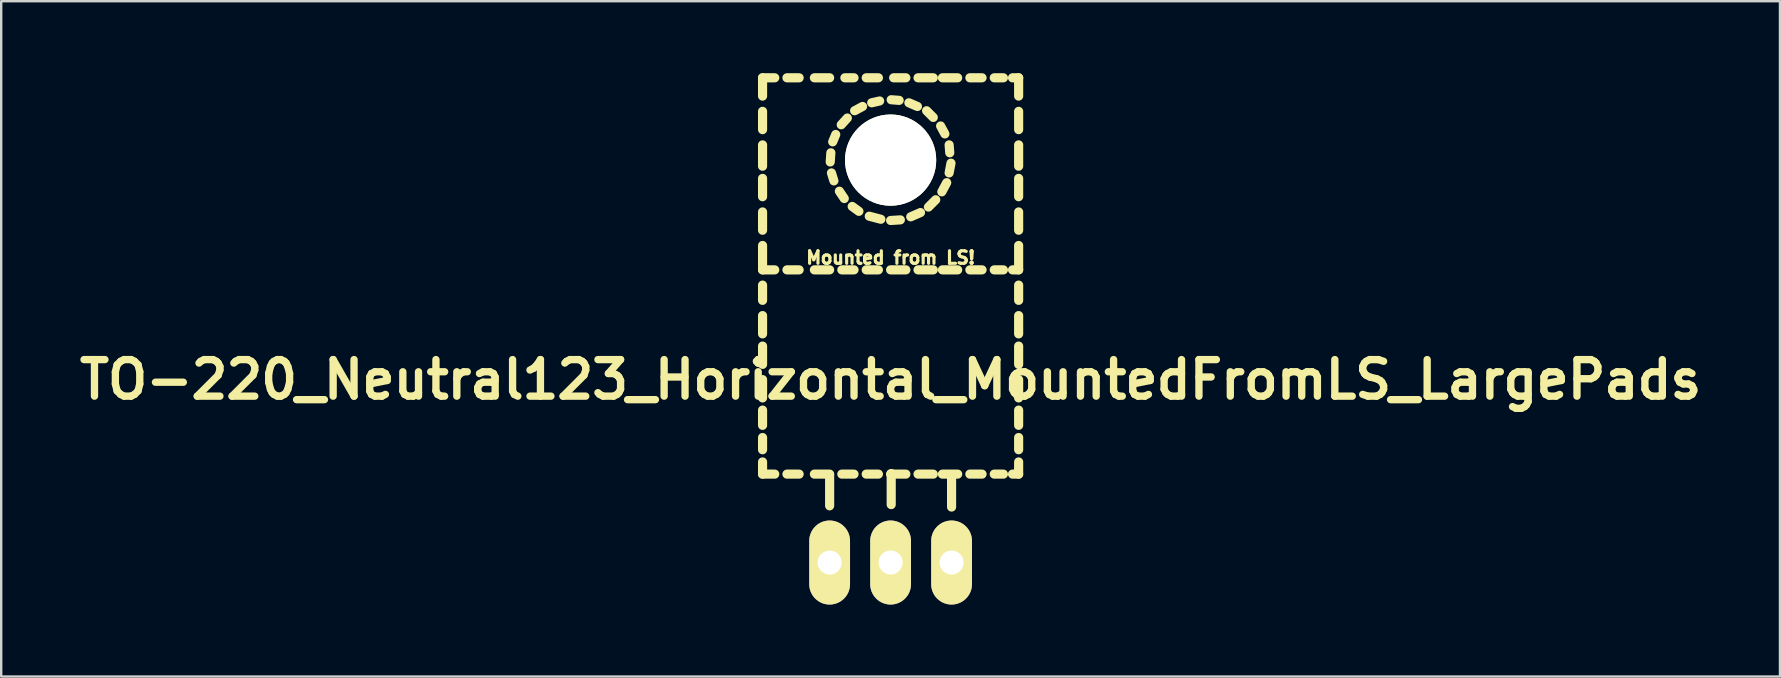
<source format=kicad_pcb>
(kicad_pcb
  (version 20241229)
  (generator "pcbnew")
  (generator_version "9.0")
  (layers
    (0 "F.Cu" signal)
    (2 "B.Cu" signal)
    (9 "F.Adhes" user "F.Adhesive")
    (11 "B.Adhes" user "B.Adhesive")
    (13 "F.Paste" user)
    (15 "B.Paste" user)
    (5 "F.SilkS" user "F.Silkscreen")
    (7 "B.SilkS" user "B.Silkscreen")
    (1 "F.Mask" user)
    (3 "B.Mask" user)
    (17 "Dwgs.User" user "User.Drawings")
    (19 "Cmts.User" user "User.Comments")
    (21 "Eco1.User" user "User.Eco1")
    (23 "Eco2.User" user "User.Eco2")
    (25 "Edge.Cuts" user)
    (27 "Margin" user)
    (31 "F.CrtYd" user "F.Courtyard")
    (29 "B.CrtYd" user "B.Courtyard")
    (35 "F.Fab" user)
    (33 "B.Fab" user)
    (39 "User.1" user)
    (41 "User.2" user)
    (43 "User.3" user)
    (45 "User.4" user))
  (footprint "TO-220_Neutral123_Horizontal_MountedFromLS_LargePads"
    (layer "F.Cu")
    (at 34.051 20.384)
    (property "Reference" "TO-220_Neutral123_Horizontal_MountedFromLS_LargePads" (at 0 -7.62 0) (layer "F.SilkS") (effects (font (size 1.524 1.524) (thickness 0.305))))
    (attr through_hole)
    (fp_line (start -5.334 -20.193) (end -5.334 -19.431) (stroke (width 0.381) (type solid)) (layer "F.SilkS"))
    (fp_line (start -5.334 -20.193) (end -4.826 -20.193) (stroke (width 0.381) (type solid)) (layer "F.SilkS"))
    (fp_line (start -5.334 -18.796) (end -5.334 -18.034) (stroke (width 0.381) (type solid)) (layer "F.SilkS"))
    (fp_line (start -5.334 -17.399) (end -5.334 -16.51) (stroke (width 0.381) (type solid)) (layer "F.SilkS"))
    (fp_line (start -5.334 -16.002) (end -5.334 -15.24) (stroke (width 0.381) (type solid)) (layer "F.SilkS"))
    (fp_line (start -5.334 -14.605) (end -5.334 -13.843) (stroke (width 0.381) (type solid)) (layer "F.SilkS"))
    (fp_line (start -5.334 -13.208) (end -5.334 -12.192) (stroke (width 0.381) (type solid)) (layer "F.SilkS"))
    (fp_line (start -5.334 -12.192) (end -4.826 -12.192) (stroke (width 0.381) (type solid)) (layer "F.SilkS"))
    (fp_line (start -5.334 -11.557) (end -5.334 -10.922) (stroke (width 0.381) (type solid)) (layer "F.SilkS"))
    (fp_line (start -5.334 -10.287) (end -5.334 -9.525) (stroke (width 0.381) (type solid)) (layer "F.SilkS"))
    (fp_line (start -5.334 -9.017) (end -5.334 -8.255) (stroke (width 0.381) (type solid)) (layer "F.SilkS"))
    (fp_line (start -5.334 -7.62) (end -5.334 -6.858) (stroke (width 0.381) (type solid)) (layer "F.SilkS"))
    (fp_line (start -5.334 -6.35) (end -5.334 -5.715) (stroke (width 0.381) (type solid)) (layer "F.SilkS"))
    (fp_line (start -5.334 -5.207) (end -5.334 -4.699) (stroke (width 0.381) (type solid)) (layer "F.SilkS"))
    (fp_line (start -5.334 -4.191) (end -5.334 -3.683) (stroke (width 0.381) (type solid)) (layer "F.SilkS"))
    (fp_line (start -5.334 -3.683) (end -4.826 -3.683) (stroke (width 0.381) (type solid)) (layer "F.SilkS"))
    (fp_line (start -4.318 -20.193) (end -3.81 -20.193) (stroke (width 0.381) (type solid)) (layer "F.SilkS"))
    (fp_line (start -4.318 -12.192) (end -3.81 -12.192) (stroke (width 0.381) (type solid)) (layer "F.SilkS"))
    (fp_line (start -4.318 -3.683) (end -3.81 -3.683) (stroke (width 0.381) (type solid)) (layer "F.SilkS"))
    (fp_line (start -3.175 -20.193) (end -2.54 -20.193) (stroke (width 0.381) (type solid)) (layer "F.SilkS"))
    (fp_line (start -3.175 -12.192) (end -2.54 -12.192) (stroke (width 0.381) (type solid)) (layer "F.SilkS"))
    (fp_line (start -3.175 -3.683) (end -2.54 -3.683) (stroke (width 0.381) (type solid)) (layer "F.SilkS"))
    (fp_line (start -2.54 -3.658) (end -2.54 -2.362) (stroke (width 0.381) (type solid)) (layer "F.SilkS"))
    (fp_line (start -2.515 -16.688) (end -2.489 -17.069) (stroke (width 0.381) (type solid)) (layer "F.SilkS"))
    (fp_line (start -2.413 -17.526) (end -2.286 -17.831) (stroke (width 0.381) (type solid)) (layer "F.SilkS"))
    (fp_line (start -2.362 -15.9) (end -2.464 -16.231) (stroke (width 0.381) (type solid)) (layer "F.SilkS"))
    (fp_line (start -2.057 -18.237) (end -1.803 -18.517) (stroke (width 0.381) (type solid)) (layer "F.SilkS"))
    (fp_line (start -2.032 -12.192) (end -1.524 -12.192) (stroke (width 0.381) (type solid)) (layer "F.SilkS"))
    (fp_line (start -2.032 -3.683) (end -1.524 -3.683) (stroke (width 0.381) (type solid)) (layer "F.SilkS"))
    (fp_line (start -1.93 -15.164) (end -2.134 -15.469) (stroke (width 0.381) (type solid)) (layer "F.SilkS"))
    (fp_line (start -1.905 -20.193) (end -1.524 -20.193) (stroke (width 0.381) (type solid)) (layer "F.SilkS"))
    (fp_line (start -1.499 -18.821) (end -1.168 -18.999) (stroke (width 0.381) (type solid)) (layer "F.SilkS"))
    (fp_line (start -1.321 -14.63) (end -1.6 -14.834) (stroke (width 0.381) (type solid)) (layer "F.SilkS"))
    (fp_line (start -1.016 -20.193) (end -0.508 -20.193) (stroke (width 0.381) (type solid)) (layer "F.SilkS"))
    (fp_line (start -1.016 -12.192) (end -0.508 -12.192) (stroke (width 0.381) (type solid)) (layer "F.SilkS"))
    (fp_line (start -1.016 -3.683) (end -0.508 -3.683) (stroke (width 0.381) (type solid)) (layer "F.SilkS"))
    (fp_line (start -0.787 -19.152) (end -0.457 -19.228) (stroke (width 0.381) (type solid)) (layer "F.SilkS"))
    (fp_line (start -0.406 -14.3) (end -0.889 -14.427) (stroke (width 0.381) (type solid)) (layer "F.SilkS"))
    (fp_line (start 0 -12.192) (end 0.635 -12.192) (stroke (width 0.381) (type solid)) (layer "F.SilkS"))
    (fp_line (start 0 -3.683) (end 0.635 -3.683) (stroke (width 0.381) (type solid)) (layer "F.SilkS"))
    (fp_line (start 0.025 -19.279) (end 0.356 -19.253) (stroke (width 0.381) (type solid)) (layer "F.SilkS"))
    (fp_line (start 0.025 -3.708) (end 0.025 -2.413) (stroke (width 0.381) (type solid)) (layer "F.SilkS"))
    (fp_line (start 0.127 -20.193) (end 0.635 -20.193) (stroke (width 0.381) (type solid)) (layer "F.SilkS"))
    (fp_line (start 0.406 -14.275) (end 0 -14.249) (stroke (width 0.381) (type solid)) (layer "F.SilkS"))
    (fp_line (start 0.762 -19.152) (end 1.118 -18.999) (stroke (width 0.381) (type solid)) (layer "F.SilkS"))
    (fp_line (start 1.143 -20.193) (end 1.778 -20.193) (stroke (width 0.381) (type solid)) (layer "F.SilkS"))
    (fp_line (start 1.143 -12.192) (end 1.778 -12.192) (stroke (width 0.381) (type solid)) (layer "F.SilkS"))
    (fp_line (start 1.143 -3.683) (end 1.778 -3.683) (stroke (width 0.381) (type solid)) (layer "F.SilkS"))
    (fp_line (start 1.245 -14.58) (end 0.838 -14.402) (stroke (width 0.381) (type solid)) (layer "F.SilkS"))
    (fp_line (start 1.499 -18.821) (end 1.778 -18.542) (stroke (width 0.381) (type solid)) (layer "F.SilkS"))
    (fp_line (start 1.88 -15.113) (end 1.575 -14.808) (stroke (width 0.381) (type solid)) (layer "F.SilkS"))
    (fp_line (start 2.083 -18.186) (end 2.261 -17.856) (stroke (width 0.381) (type solid)) (layer "F.SilkS"))
    (fp_line (start 2.159 -20.193) (end 2.794 -20.193) (stroke (width 0.381) (type solid)) (layer "F.SilkS"))
    (fp_line (start 2.159 -12.192) (end 2.794 -12.192) (stroke (width 0.381) (type solid)) (layer "F.SilkS"))
    (fp_line (start 2.159 -3.683) (end 2.794 -3.683) (stroke (width 0.381) (type solid)) (layer "F.SilkS"))
    (fp_line (start 2.337 -15.824) (end 2.134 -15.443) (stroke (width 0.381) (type solid)) (layer "F.SilkS"))
    (fp_line (start 2.438 -17.399) (end 2.464 -17.069) (stroke (width 0.381) (type solid)) (layer "F.SilkS"))
    (fp_line (start 2.515 -16.637) (end 2.438 -16.231) (stroke (width 0.381) (type solid)) (layer "F.SilkS"))
    (fp_line (start 2.54 -3.658) (end 2.54 -2.311) (stroke (width 0.381) (type solid)) (layer "F.SilkS"))
    (fp_line (start 3.302 -20.193) (end 3.81 -20.193) (stroke (width 0.381) (type solid)) (layer "F.SilkS"))
    (fp_line (start 3.302 -12.192) (end 3.81 -12.192) (stroke (width 0.381) (type solid)) (layer "F.SilkS"))
    (fp_line (start 3.302 -3.683) (end 3.81 -3.683) (stroke (width 0.381) (type solid)) (layer "F.SilkS"))
    (fp_line (start 4.318 -20.193) (end 4.699 -20.193) (stroke (width 0.381) (type solid)) (layer "F.SilkS"))
    (fp_line (start 4.318 -12.192) (end 4.699 -12.192) (stroke (width 0.381) (type solid)) (layer "F.SilkS"))
    (fp_line (start 4.318 -3.683) (end 4.699 -3.683) (stroke (width 0.381) (type solid)) (layer "F.SilkS"))
    (fp_line (start 5.08 -20.193) (end 5.334 -20.193) (stroke (width 0.381) (type solid)) (layer "F.SilkS"))
    (fp_line (start 5.08 -12.192) (end 5.334 -12.192) (stroke (width 0.381) (type solid)) (layer "F.SilkS"))
    (fp_line (start 5.08 -3.683) (end 5.334 -3.683) (stroke (width 0.381) (type solid)) (layer "F.SilkS"))
    (fp_line (start 5.334 -20.193) (end 5.334 -19.431) (stroke (width 0.381) (type solid)) (layer "F.SilkS"))
    (fp_line (start 5.334 -18.796) (end 5.334 -18.034) (stroke (width 0.381) (type solid)) (layer "F.SilkS"))
    (fp_line (start 5.334 -17.399) (end 5.334 -16.51) (stroke (width 0.381) (type solid)) (layer "F.SilkS"))
    (fp_line (start 5.334 -16.002) (end 5.334 -15.24) (stroke (width 0.381) (type solid)) (layer "F.SilkS"))
    (fp_line (start 5.334 -14.605) (end 5.334 -13.843) (stroke (width 0.381) (type solid)) (layer "F.SilkS"))
    (fp_line (start 5.334 -13.208) (end 5.334 -12.192) (stroke (width 0.381) (type solid)) (layer "F.SilkS"))
    (fp_line (start 5.334 -11.557) (end 5.334 -10.922) (stroke (width 0.381) (type solid)) (layer "F.SilkS"))
    (fp_line (start 5.334 -10.287) (end 5.334 -9.525) (stroke (width 0.381) (type solid)) (layer "F.SilkS"))
    (fp_line (start 5.334 -9.017) (end 5.334 -8.255) (stroke (width 0.381) (type solid)) (layer "F.SilkS"))
    (fp_line (start 5.334 -7.62) (end 5.334 -6.858) (stroke (width 0.381) (type solid)) (layer "F.SilkS"))
    (fp_line (start 5.334 -6.35) (end 5.334 -5.715) (stroke (width 0.381) (type solid)) (layer "F.SilkS"))
    (fp_line (start 5.334 -5.207) (end 5.334 -4.699) (stroke (width 0.381) (type solid)) (layer "F.SilkS"))
    (fp_line (start 5.334 -4.191) (end 5.334 -3.683) (stroke (width 0.381) (type solid)) (layer "F.SilkS"))
    (fp_text user "Mounted from LS!" (at 0 -12.7 0) (layer "F.SilkS") (effects (font (size 0.523 0.523) (thickness 0.132))))
    (pad "" np_thru_hole circle (at 0 -16.764 90) (size 3.8 3.8) (drill 3.8) (layers "*.Cu" "*.Mask" "F.SilkS"))
    (pad "1" thru_hole oval (at 2.54 0 90) (size 3.5 1.699) (drill 1.001) (layers "*.Cu" "*.Mask" "F.SilkS"))
    (pad "2" thru_hole oval (at 0 0 90) (size 3.5 1.699) (drill 1.001) (layers "*.Cu" "*.Mask" "F.SilkS"))
    (pad "3" thru_hole oval (at -2.54 0 90) (size 3.5 1.699) (drill 1.001) (layers "*.Cu" "*.Mask" "F.SilkS")))
  (gr_rect
    (start -3 -3)
    (end 71.101 25.134)
    (stroke (width 0.1) (type default))
    (fill no)
    (layer "Edge.Cuts")))
</source>
